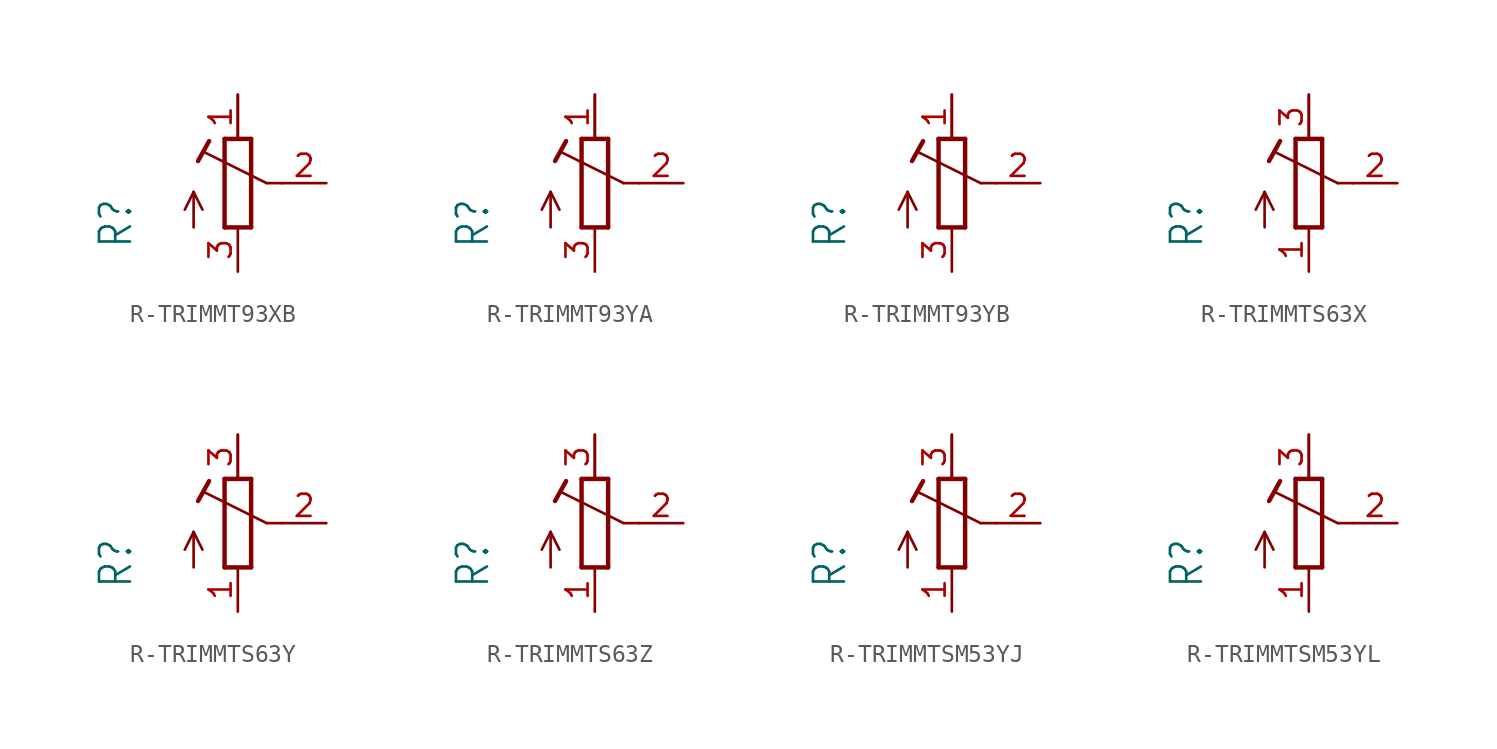
<source format=kicad_sym>
(kicad_symbol_lib
  (version 20231120)
  (generator "kicad_symbol_editor")
  (generator_version "8.0")
  (symbol "R-TRIMMT93XB"
    (property "Reference" "R"
      (at -5.969 -3.81 90)
      (effects (font (size 1.778 1.511)) (justify left bottom)))
    (property "Value" ""
      (at -3.81 -3.81 90)
      (effects (font (size 1.778 1.511)) (justify left bottom)))
    (property "ki_locked" ""
      (at 0 0 0)
      (effects (font (size 1.27 1.27))))
    (symbol "R-TRIMMT93XB_1_0"
      (polyline (pts (xy -2.54 -2.54) (xy -2.54 -0.508)) (stroke (width 0.152) (type solid)) (fill (type none)))
      (polyline (pts (xy -2.54 -0.508) (xy -3.048 -1.524)) (stroke (width 0.152) (type solid)) (fill (type none)))
      (polyline (pts (xy -2.54 -0.508) (xy -2.032 -1.524)) (stroke (width 0.152) (type solid)) (fill (type none)))
      (polyline (pts (xy -2.286 1.27) (xy -1.651 2.413)) (stroke (width 0.254) (type solid)) (fill (type none)))
      (polyline (pts (xy -0.762 -2.54) (xy 0.762 -2.54)) (stroke (width 0.254) (type solid)) (fill (type none)))
      (polyline (pts (xy -0.762 2.54) (xy -0.762 -2.54)) (stroke (width 0.254) (type solid)) (fill (type none)))
      (polyline (pts (xy 0 2.54) (xy -0.762 2.54)) (stroke (width 0.254) (type solid)) (fill (type none)))
      (polyline (pts (xy 0 2.54) (xy 0 5.08)) (stroke (width 0.152) (type solid)) (fill (type none)))
      (polyline (pts (xy 0.762 -2.54) (xy 0.762 2.54)) (stroke (width 0.254) (type solid)) (fill (type none)))
      (polyline (pts (xy 0.762 2.54) (xy 0 2.54)) (stroke (width 0.254) (type solid)) (fill (type none)))
      (polyline (pts (xy 1.651 0) (xy -1.88 1.753)) (stroke (width 0.152) (type solid)) (fill (type none)))
      (polyline (pts (xy 2.54 0) (xy 1.651 0)) (stroke (width 0.152) (type solid)) (fill (type none)))
      (pin passive line (at 0 5.08 270) (length 2.54) (name "A" (effects (font (size 0 0)))) (number "1" (effects (font (size 1.27 1.27)))))
      (pin passive line (at 5.08 0 180) (length 2.54) (name "S" (effects (font (size 0 0)))) (number "2" (effects (font (size 1.27 1.27)))))
      (pin passive line (at 0 -5.08 90) (length 2.54) (name "E" (effects (font (size 0 0)))) (number "3" (effects (font (size 1.27 1.27)))))))
  (symbol "R-TRIMMT93YA"
    (property "Reference" "R"
      (at -5.969 -3.81 90)
      (effects (font (size 1.778 1.511)) (justify left bottom)))
    (property "Value" ""
      (at -3.81 -3.81 90)
      (effects (font (size 1.778 1.511)) (justify left bottom)))
    (property "ki_locked" ""
      (at 0 0 0)
      (effects (font (size 1.27 1.27))))
    (symbol "R-TRIMMT93YA_1_0"
      (polyline (pts (xy -2.54 -2.54) (xy -2.54 -0.508)) (stroke (width 0.152) (type solid)) (fill (type none)))
      (polyline (pts (xy -2.54 -0.508) (xy -3.048 -1.524)) (stroke (width 0.152) (type solid)) (fill (type none)))
      (polyline (pts (xy -2.54 -0.508) (xy -2.032 -1.524)) (stroke (width 0.152) (type solid)) (fill (type none)))
      (polyline (pts (xy -2.286 1.27) (xy -1.651 2.413)) (stroke (width 0.254) (type solid)) (fill (type none)))
      (polyline (pts (xy -0.762 -2.54) (xy 0.762 -2.54)) (stroke (width 0.254) (type solid)) (fill (type none)))
      (polyline (pts (xy -0.762 2.54) (xy -0.762 -2.54)) (stroke (width 0.254) (type solid)) (fill (type none)))
      (polyline (pts (xy 0 2.54) (xy -0.762 2.54)) (stroke (width 0.254) (type solid)) (fill (type none)))
      (polyline (pts (xy 0 2.54) (xy 0 5.08)) (stroke (width 0.152) (type solid)) (fill (type none)))
      (polyline (pts (xy 0.762 -2.54) (xy 0.762 2.54)) (stroke (width 0.254) (type solid)) (fill (type none)))
      (polyline (pts (xy 0.762 2.54) (xy 0 2.54)) (stroke (width 0.254) (type solid)) (fill (type none)))
      (polyline (pts (xy 1.651 0) (xy -1.88 1.753)) (stroke (width 0.152) (type solid)) (fill (type none)))
      (polyline (pts (xy 2.54 0) (xy 1.651 0)) (stroke (width 0.152) (type solid)) (fill (type none)))
      (pin passive line (at 0 5.08 270) (length 2.54) (name "A" (effects (font (size 0 0)))) (number "1" (effects (font (size 1.27 1.27)))))
      (pin passive line (at 5.08 0 180) (length 2.54) (name "S" (effects (font (size 0 0)))) (number "2" (effects (font (size 1.27 1.27)))))
      (pin passive line (at 0 -5.08 90) (length 2.54) (name "E" (effects (font (size 0 0)))) (number "3" (effects (font (size 1.27 1.27)))))))
  (symbol "R-TRIMMT93YB"
    (property "Reference" "R"
      (at -5.969 -3.81 90)
      (effects (font (size 1.778 1.511)) (justify left bottom)))
    (property "Value" ""
      (at -3.81 -3.81 90)
      (effects (font (size 1.778 1.511)) (justify left bottom)))
    (property "ki_locked" ""
      (at 0 0 0)
      (effects (font (size 1.27 1.27))))
    (symbol "R-TRIMMT93YB_1_0"
      (polyline (pts (xy -2.54 -2.54) (xy -2.54 -0.508)) (stroke (width 0.152) (type solid)) (fill (type none)))
      (polyline (pts (xy -2.54 -0.508) (xy -3.048 -1.524)) (stroke (width 0.152) (type solid)) (fill (type none)))
      (polyline (pts (xy -2.54 -0.508) (xy -2.032 -1.524)) (stroke (width 0.152) (type solid)) (fill (type none)))
      (polyline (pts (xy -2.286 1.27) (xy -1.651 2.413)) (stroke (width 0.254) (type solid)) (fill (type none)))
      (polyline (pts (xy -0.762 -2.54) (xy 0.762 -2.54)) (stroke (width 0.254) (type solid)) (fill (type none)))
      (polyline (pts (xy -0.762 2.54) (xy -0.762 -2.54)) (stroke (width 0.254) (type solid)) (fill (type none)))
      (polyline (pts (xy 0 2.54) (xy -0.762 2.54)) (stroke (width 0.254) (type solid)) (fill (type none)))
      (polyline (pts (xy 0 2.54) (xy 0 5.08)) (stroke (width 0.152) (type solid)) (fill (type none)))
      (polyline (pts (xy 0.762 -2.54) (xy 0.762 2.54)) (stroke (width 0.254) (type solid)) (fill (type none)))
      (polyline (pts (xy 0.762 2.54) (xy 0 2.54)) (stroke (width 0.254) (type solid)) (fill (type none)))
      (polyline (pts (xy 1.651 0) (xy -1.88 1.753)) (stroke (width 0.152) (type solid)) (fill (type none)))
      (polyline (pts (xy 2.54 0) (xy 1.651 0)) (stroke (width 0.152) (type solid)) (fill (type none)))
      (pin passive line (at 0 5.08 270) (length 2.54) (name "A" (effects (font (size 0 0)))) (number "1" (effects (font (size 1.27 1.27)))))
      (pin passive line (at 5.08 0 180) (length 2.54) (name "S" (effects (font (size 0 0)))) (number "2" (effects (font (size 1.27 1.27)))))
      (pin passive line (at 0 -5.08 90) (length 2.54) (name "E" (effects (font (size 0 0)))) (number "3" (effects (font (size 1.27 1.27)))))))
  (symbol "R-TRIMMTS63X"
    (property "Reference" "R"
      (at -5.969 -3.81 90)
      (effects (font (size 1.778 1.511)) (justify left bottom)))
    (property "Value" ""
      (at -3.81 -3.81 90)
      (effects (font (size 1.778 1.511)) (justify left bottom)))
    (property "ki_locked" ""
      (at 0 0 0)
      (effects (font (size 1.27 1.27))))
    (symbol "R-TRIMMTS63X_1_0"
      (polyline (pts (xy -2.54 -2.54) (xy -2.54 -0.508)) (stroke (width 0.152) (type solid)) (fill (type none)))
      (polyline (pts (xy -2.54 -0.508) (xy -3.048 -1.524)) (stroke (width 0.152) (type solid)) (fill (type none)))
      (polyline (pts (xy -2.54 -0.508) (xy -2.032 -1.524)) (stroke (width 0.152) (type solid)) (fill (type none)))
      (polyline (pts (xy -2.286 1.27) (xy -1.651 2.413)) (stroke (width 0.254) (type solid)) (fill (type none)))
      (polyline (pts (xy -0.762 -2.54) (xy 0.762 -2.54)) (stroke (width 0.254) (type solid)) (fill (type none)))
      (polyline (pts (xy -0.762 2.54) (xy -0.762 -2.54)) (stroke (width 0.254) (type solid)) (fill (type none)))
      (polyline (pts (xy 0 2.54) (xy -0.762 2.54)) (stroke (width 0.254) (type solid)) (fill (type none)))
      (polyline (pts (xy 0 2.54) (xy 0 5.08)) (stroke (width 0.152) (type solid)) (fill (type none)))
      (polyline (pts (xy 0.762 -2.54) (xy 0.762 2.54)) (stroke (width 0.254) (type solid)) (fill (type none)))
      (polyline (pts (xy 0.762 2.54) (xy 0 2.54)) (stroke (width 0.254) (type solid)) (fill (type none)))
      (polyline (pts (xy 1.651 0) (xy -1.88 1.753)) (stroke (width 0.152) (type solid)) (fill (type none)))
      (polyline (pts (xy 2.54 0) (xy 1.651 0)) (stroke (width 0.152) (type solid)) (fill (type none)))
      (pin passive line (at 0 -5.08 90) (length 2.54) (name "E" (effects (font (size 0 0)))) (number "1" (effects (font (size 1.27 1.27)))))
      (pin passive line (at 5.08 0 180) (length 2.54) (name "S" (effects (font (size 0 0)))) (number "2" (effects (font (size 1.27 1.27)))))
      (pin passive line (at 0 5.08 270) (length 2.54) (name "A" (effects (font (size 0 0)))) (number "3" (effects (font (size 1.27 1.27)))))))
  (symbol "R-TRIMMTS63Y"
    (property "Reference" "R"
      (at -5.969 -3.81 90)
      (effects (font (size 1.778 1.511)) (justify left bottom)))
    (property "Value" ""
      (at -3.81 -3.81 90)
      (effects (font (size 1.778 1.511)) (justify left bottom)))
    (property "ki_locked" ""
      (at 0 0 0)
      (effects (font (size 1.27 1.27))))
    (symbol "R-TRIMMTS63Y_1_0"
      (polyline (pts (xy -2.54 -2.54) (xy -2.54 -0.508)) (stroke (width 0.152) (type solid)) (fill (type none)))
      (polyline (pts (xy -2.54 -0.508) (xy -3.048 -1.524)) (stroke (width 0.152) (type solid)) (fill (type none)))
      (polyline (pts (xy -2.54 -0.508) (xy -2.032 -1.524)) (stroke (width 0.152) (type solid)) (fill (type none)))
      (polyline (pts (xy -2.286 1.27) (xy -1.651 2.413)) (stroke (width 0.254) (type solid)) (fill (type none)))
      (polyline (pts (xy -0.762 -2.54) (xy 0.762 -2.54)) (stroke (width 0.254) (type solid)) (fill (type none)))
      (polyline (pts (xy -0.762 2.54) (xy -0.762 -2.54)) (stroke (width 0.254) (type solid)) (fill (type none)))
      (polyline (pts (xy 0 2.54) (xy -0.762 2.54)) (stroke (width 0.254) (type solid)) (fill (type none)))
      (polyline (pts (xy 0 2.54) (xy 0 5.08)) (stroke (width 0.152) (type solid)) (fill (type none)))
      (polyline (pts (xy 0.762 -2.54) (xy 0.762 2.54)) (stroke (width 0.254) (type solid)) (fill (type none)))
      (polyline (pts (xy 0.762 2.54) (xy 0 2.54)) (stroke (width 0.254) (type solid)) (fill (type none)))
      (polyline (pts (xy 1.651 0) (xy -1.88 1.753)) (stroke (width 0.152) (type solid)) (fill (type none)))
      (polyline (pts (xy 2.54 0) (xy 1.651 0)) (stroke (width 0.152) (type solid)) (fill (type none)))
      (pin passive line (at 0 -5.08 90) (length 2.54) (name "E" (effects (font (size 0 0)))) (number "1" (effects (font (size 1.27 1.27)))))
      (pin passive line (at 5.08 0 180) (length 2.54) (name "S" (effects (font (size 0 0)))) (number "2" (effects (font (size 1.27 1.27)))))
      (pin passive line (at 0 5.08 270) (length 2.54) (name "A" (effects (font (size 0 0)))) (number "3" (effects (font (size 1.27 1.27)))))))
  (symbol "R-TRIMMTS63Z"
    (property "Reference" "R"
      (at -5.969 -3.81 90)
      (effects (font (size 1.778 1.511)) (justify left bottom)))
    (property "Value" ""
      (at -3.81 -3.81 90)
      (effects (font (size 1.778 1.511)) (justify left bottom)))
    (property "ki_locked" ""
      (at 0 0 0)
      (effects (font (size 1.27 1.27))))
    (symbol "R-TRIMMTS63Z_1_0"
      (polyline (pts (xy -2.54 -2.54) (xy -2.54 -0.508)) (stroke (width 0.152) (type solid)) (fill (type none)))
      (polyline (pts (xy -2.54 -0.508) (xy -3.048 -1.524)) (stroke (width 0.152) (type solid)) (fill (type none)))
      (polyline (pts (xy -2.54 -0.508) (xy -2.032 -1.524)) (stroke (width 0.152) (type solid)) (fill (type none)))
      (polyline (pts (xy -2.286 1.27) (xy -1.651 2.413)) (stroke (width 0.254) (type solid)) (fill (type none)))
      (polyline (pts (xy -0.762 -2.54) (xy 0.762 -2.54)) (stroke (width 0.254) (type solid)) (fill (type none)))
      (polyline (pts (xy -0.762 2.54) (xy -0.762 -2.54)) (stroke (width 0.254) (type solid)) (fill (type none)))
      (polyline (pts (xy 0 2.54) (xy -0.762 2.54)) (stroke (width 0.254) (type solid)) (fill (type none)))
      (polyline (pts (xy 0 2.54) (xy 0 5.08)) (stroke (width 0.152) (type solid)) (fill (type none)))
      (polyline (pts (xy 0.762 -2.54) (xy 0.762 2.54)) (stroke (width 0.254) (type solid)) (fill (type none)))
      (polyline (pts (xy 0.762 2.54) (xy 0 2.54)) (stroke (width 0.254) (type solid)) (fill (type none)))
      (polyline (pts (xy 1.651 0) (xy -1.88 1.753)) (stroke (width 0.152) (type solid)) (fill (type none)))
      (polyline (pts (xy 2.54 0) (xy 1.651 0)) (stroke (width 0.152) (type solid)) (fill (type none)))
      (pin passive line (at 0 -5.08 90) (length 2.54) (name "E" (effects (font (size 0 0)))) (number "1" (effects (font (size 1.27 1.27)))))
      (pin passive line (at 5.08 0 180) (length 2.54) (name "S" (effects (font (size 0 0)))) (number "2" (effects (font (size 1.27 1.27)))))
      (pin passive line (at 0 5.08 270) (length 2.54) (name "A" (effects (font (size 0 0)))) (number "3" (effects (font (size 1.27 1.27)))))))
  (symbol "R-TRIMMTSM53YJ"
    (property "Reference" "R"
      (at -5.969 -3.81 90)
      (effects (font (size 1.778 1.511)) (justify left bottom)))
    (property "Value" ""
      (at -3.81 -3.81 90)
      (effects (font (size 1.778 1.511)) (justify left bottom)))
    (property "ki_locked" ""
      (at 0 0 0)
      (effects (font (size 1.27 1.27))))
    (symbol "R-TRIMMTSM53YJ_1_0"
      (polyline (pts (xy -2.54 -2.54) (xy -2.54 -0.508)) (stroke (width 0.152) (type solid)) (fill (type none)))
      (polyline (pts (xy -2.54 -0.508) (xy -3.048 -1.524)) (stroke (width 0.152) (type solid)) (fill (type none)))
      (polyline (pts (xy -2.54 -0.508) (xy -2.032 -1.524)) (stroke (width 0.152) (type solid)) (fill (type none)))
      (polyline (pts (xy -2.286 1.27) (xy -1.651 2.413)) (stroke (width 0.254) (type solid)) (fill (type none)))
      (polyline (pts (xy -0.762 -2.54) (xy 0.762 -2.54)) (stroke (width 0.254) (type solid)) (fill (type none)))
      (polyline (pts (xy -0.762 2.54) (xy -0.762 -2.54)) (stroke (width 0.254) (type solid)) (fill (type none)))
      (polyline (pts (xy 0 2.54) (xy -0.762 2.54)) (stroke (width 0.254) (type solid)) (fill (type none)))
      (polyline (pts (xy 0 2.54) (xy 0 5.08)) (stroke (width 0.152) (type solid)) (fill (type none)))
      (polyline (pts (xy 0.762 -2.54) (xy 0.762 2.54)) (stroke (width 0.254) (type solid)) (fill (type none)))
      (polyline (pts (xy 0.762 2.54) (xy 0 2.54)) (stroke (width 0.254) (type solid)) (fill (type none)))
      (polyline (pts (xy 1.651 0) (xy -1.88 1.753)) (stroke (width 0.152) (type solid)) (fill (type none)))
      (polyline (pts (xy 2.54 0) (xy 1.651 0)) (stroke (width 0.152) (type solid)) (fill (type none)))
      (pin passive line (at 0 -5.08 90) (length 2.54) (name "E" (effects (font (size 0 0)))) (number "1" (effects (font (size 1.27 1.27)))))
      (pin passive line (at 5.08 0 180) (length 2.54) (name "S" (effects (font (size 0 0)))) (number "2" (effects (font (size 1.27 1.27)))))
      (pin passive line (at 0 5.08 270) (length 2.54) (name "A" (effects (font (size 0 0)))) (number "3" (effects (font (size 1.27 1.27)))))))
  (symbol "R-TRIMMTSM53YL"
    (property "Reference" "R"
      (at -5.969 -3.81 90)
      (effects (font (size 1.778 1.511)) (justify left bottom)))
    (property "Value" ""
      (at -3.81 -3.81 90)
      (effects (font (size 1.778 1.511)) (justify left bottom)))
    (property "ki_locked" ""
      (at 0 0 0)
      (effects (font (size 1.27 1.27))))
    (symbol "R-TRIMMTSM53YL_1_0"
      (polyline (pts (xy -2.54 -2.54) (xy -2.54 -0.508)) (stroke (width 0.152) (type solid)) (fill (type none)))
      (polyline (pts (xy -2.54 -0.508) (xy -3.048 -1.524)) (stroke (width 0.152) (type solid)) (fill (type none)))
      (polyline (pts (xy -2.54 -0.508) (xy -2.032 -1.524)) (stroke (width 0.152) (type solid)) (fill (type none)))
      (polyline (pts (xy -2.286 1.27) (xy -1.651 2.413)) (stroke (width 0.254) (type solid)) (fill (type none)))
      (polyline (pts (xy -0.762 -2.54) (xy 0.762 -2.54)) (stroke (width 0.254) (type solid)) (fill (type none)))
      (polyline (pts (xy -0.762 2.54) (xy -0.762 -2.54)) (stroke (width 0.254) (type solid)) (fill (type none)))
      (polyline (pts (xy 0 2.54) (xy -0.762 2.54)) (stroke (width 0.254) (type solid)) (fill (type none)))
      (polyline (pts (xy 0 2.54) (xy 0 5.08)) (stroke (width 0.152) (type solid)) (fill (type none)))
      (polyline (pts (xy 0.762 -2.54) (xy 0.762 2.54)) (stroke (width 0.254) (type solid)) (fill (type none)))
      (polyline (pts (xy 0.762 2.54) (xy 0 2.54)) (stroke (width 0.254) (type solid)) (fill (type none)))
      (polyline (pts (xy 1.651 0) (xy -1.88 1.753)) (stroke (width 0.152) (type solid)) (fill (type none)))
      (polyline (pts (xy 2.54 0) (xy 1.651 0)) (stroke (width 0.152) (type solid)) (fill (type none)))
      (pin passive line (at 0 -5.08 90) (length 2.54) (name "E" (effects (font (size 0 0)))) (number "1" (effects (font (size 1.27 1.27)))))
      (pin passive line (at 5.08 0 180) (length 2.54) (name "S" (effects (font (size 0 0)))) (number "2" (effects (font (size 1.27 1.27)))))
      (pin passive line (at 0 5.08 270) (length 2.54) (name "A" (effects (font (size 0 0)))) (number "3" (effects (font (size 1.27 1.27))))))))
</source>
